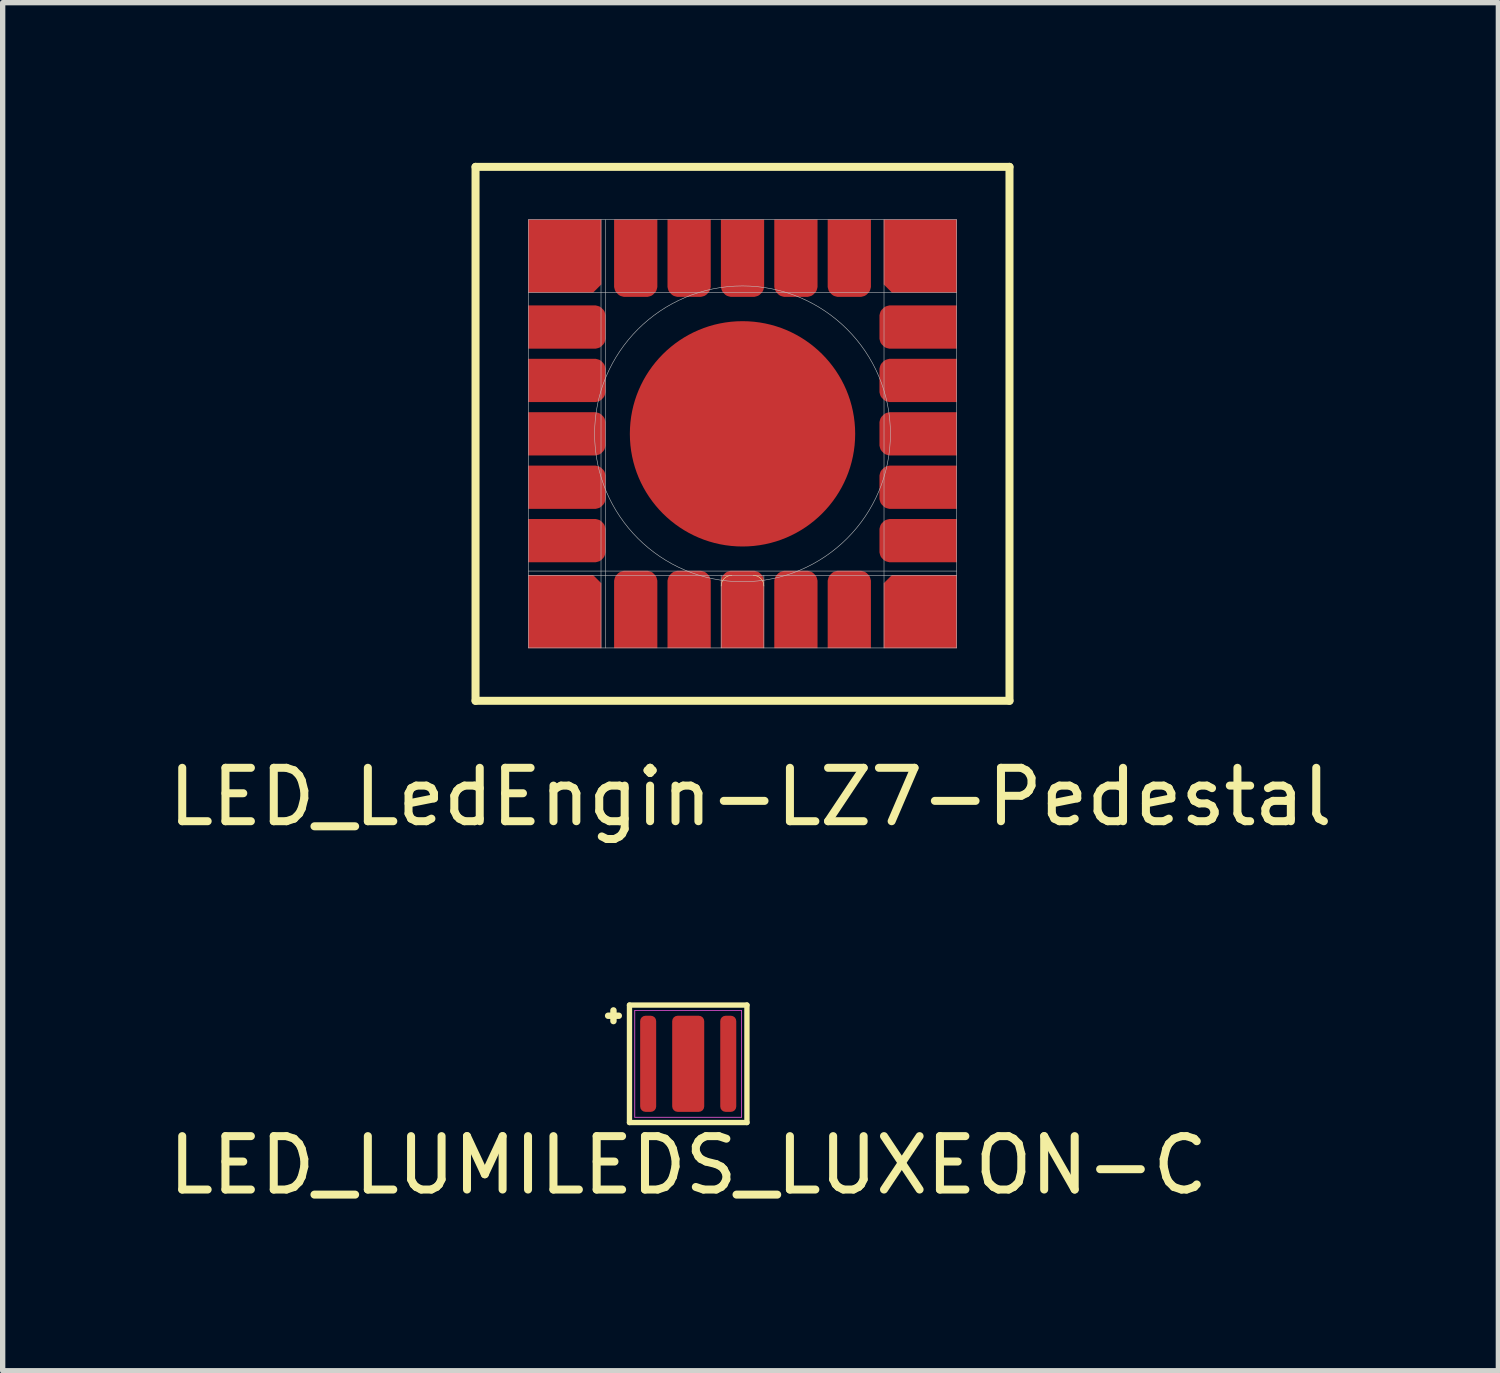
<source format=kicad_pcb>
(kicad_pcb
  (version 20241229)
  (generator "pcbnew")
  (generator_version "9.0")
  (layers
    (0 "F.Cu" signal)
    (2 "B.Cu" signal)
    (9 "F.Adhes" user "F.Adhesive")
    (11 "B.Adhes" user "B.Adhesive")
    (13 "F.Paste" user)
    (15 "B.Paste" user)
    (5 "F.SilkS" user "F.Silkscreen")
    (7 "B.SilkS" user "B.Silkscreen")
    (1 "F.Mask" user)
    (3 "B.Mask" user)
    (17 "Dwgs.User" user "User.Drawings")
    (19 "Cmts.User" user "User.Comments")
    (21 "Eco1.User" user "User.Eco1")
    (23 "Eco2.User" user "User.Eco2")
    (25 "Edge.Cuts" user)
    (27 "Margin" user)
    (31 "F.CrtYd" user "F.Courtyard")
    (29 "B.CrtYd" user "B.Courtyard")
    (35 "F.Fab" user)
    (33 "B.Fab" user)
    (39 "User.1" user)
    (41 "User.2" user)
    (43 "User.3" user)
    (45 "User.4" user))
  (footprint "LED_LUMILEDS_LUXEON-C"
    (layer "F.Cu")
    (at 9.839 16.873)
    (property "Reference" "LED_LUMILEDS_LUXEON-C" (at 0 1.9 0) (layer "F.SilkS") (effects (font (size 1 1) (thickness 0.15))))
    (attr through_hole)
    (fp_line (start -1.5 -0.9) (end -1.3 -0.9) (stroke (width 0.12) (type solid)) (layer "F.SilkS"))
    (fp_line (start -1.4 -1) (end -1.4 -0.8) (stroke (width 0.12) (type solid)) (layer "F.SilkS"))
    (fp_line (start -1.1 -1.1) (end 1.1 -1.1) (stroke (width 0.1) (type solid)) (layer "F.SilkS"))
    (fp_line (start -1.1 1.1) (end -1.1 -1.1) (stroke (width 0.1) (type solid)) (layer "F.SilkS"))
    (fp_line (start 1.1 -1.1) (end 1.1 1.1) (stroke (width 0.1) (type solid)) (layer "F.SilkS"))
    (fp_line (start 1.1 1.1) (end -1.1 1.1) (stroke (width 0.1) (type solid)) (layer "F.SilkS"))
    (fp_line (start -1 -1) (end -1 1) (stroke (width 0.01) (type solid)) (layer "F.CrtYd"))
    (fp_line (start -1 1) (end 1 1) (stroke (width 0.01) (type solid)) (layer "F.CrtYd"))
    (fp_line (start 1 -1) (end -1 -1) (stroke (width 0.01) (type solid)) (layer "F.CrtYd"))
    (fp_line (start 1 1) (end 1 -1) (stroke (width 0.01) (type solid)) (layer "F.CrtYd"))
    (fp_line (start -1 -1) (end -1 1) (stroke (width 0.01) (type solid)) (layer "F.Fab"))
    (fp_line (start -1 1) (end 1 1) (stroke (width 0.01) (type solid)) (layer "F.Fab"))
    (fp_line (start 1 -1) (end -1 -1) (stroke (width 0.01) (type solid)) (layer "F.Fab"))
    (fp_line (start 1 1) (end 1 -1) (stroke (width 0.01) (type solid)) (layer "F.Fab"))
    (pad "" smd roundrect (at -0.75 0) (size 0.25 1.7) (layers "F.Paste") (roundrect_rratio 0.335))
    (pad "" smd roundrect (at 0 0) (size 0.5 1.7) (layers "F.Paste") (roundrect_rratio 0.17))
    (pad "" smd roundrect (at 0.75 0) (size 0.25 1.7) (layers "F.Paste") (roundrect_rratio 0.335))
    (pad "A" smd roundrect (at -0.75 0) (size 0.3 1.8) (layers "F.Cu" "F.Mask") (roundrect_rratio 0.335))
    (pad "K" smd roundrect (at 0.75 0) (size 0.3 1.8) (layers "F.Cu" "F.Mask") (roundrect_rratio 0.335))
    (pad "NC" smd roundrect (at 0 0) (size 0.6 1.8) (layers "F.Cu" "F.Mask") (roundrect_rratio 0.17)))
  (footprint "LED_LedEngin-LZ7-Pedestal"
    (layer "F.Cu")
    (at 10.856 5.075)
    (property "Reference" "LED_LedEngin-LZ7-Pedestal" (at 0.15 6.8 0) (layer "F.SilkS") (effects (font (size 1 1) (thickness 0.15))))
    (attr smd)
    (fp_line (start -5 -5) (end -5 5) (stroke (width 0.15) (type solid)) (layer "F.SilkS"))
    (fp_line (start -5 -5) (end 5 -5) (stroke (width 0.15) (type solid)) (layer "F.SilkS"))
    (fp_line (start -5 5) (end 5 5) (stroke (width 0.15) (type solid)) (layer "F.SilkS"))
    (fp_line (start 5 -5) (end 5 5) (stroke (width 0.15) (type solid)) (layer "F.SilkS"))
    (fp_arc (start -0.4 2.85) (mid -0.341421 2.708579) (end -0.2 2.65) (stroke (width 0.01) (type solid)) (layer "F.SilkS"))
    (fp_arc (start 0.2 2.65) (mid 0.341421 2.708579) (end 0.4 2.85) (stroke (width 0.01) (type solid)) (layer "F.SilkS"))
    (fp_line (start -4.01 -4.01) (end -4.01 4.01) (stroke (width 0.01) (type solid)) (layer "Dwgs.User"))
    (fp_line (start -4.01 -4.01) (end 4.01 -4.01) (stroke (width 0.01) (type solid)) (layer "Dwgs.User"))
    (fp_line (start -4.01 -2.65) (end 4.01 -2.65) (stroke (width 0.01) (type solid)) (layer "Dwgs.User"))
    (fp_line (start -4.01 2.57) (end 4.01 2.57) (stroke (width 0.01) (type solid)) (layer "Dwgs.User"))
    (fp_line (start -4.01 2.65) (end 4.01 2.65) (stroke (width 0.01) (type solid)) (layer "Dwgs.User"))
    (fp_line (start -4.01 4.01) (end 4.01 4.01) (stroke (width 0.01) (type solid)) (layer "Dwgs.User"))
    (fp_line (start -2.65 -4.01) (end -2.65 4.01) (stroke (width 0.01) (type solid)) (layer "Dwgs.User"))
    (fp_line (start -2.57 -4.01) (end -2.57 4.01) (stroke (width 0.01) (type solid)) (layer "Dwgs.User"))
    (fp_line (start -0.4 4.01) (end -0.4 2.65) (stroke (width 0.01) (type solid)) (layer "Dwgs.User"))
    (fp_line (start 0.4 4.01) (end 0.4 2.65) (stroke (width 0.01) (type solid)) (layer "Dwgs.User"))
    (fp_line (start 2.65 -4.01) (end 2.65 4.01) (stroke (width 0.01) (type solid)) (layer "Dwgs.User"))
    (fp_line (start 4.01 -4.01) (end 4.01 4.01) (stroke (width 0.01) (type solid)) (layer "Dwgs.User"))
    (fp_circle (center 0 0) (end 2.77 0) (stroke (width 0.01) (type solid)) (fill no) (layer "Dwgs.User"))
    (pad "1" smd custom (at -3.43 -3.35 270) (size 1 1) (layers "F.Cu" "F.Mask" "F.Paste") (options (anchor rect)) (primitives (gr_poly (pts (xy -0.66 0.58) (xy 0.7 0.58) (xy 0.7 -0.63) (xy 0.55 -0.78) (xy -0.66 -0.78)) (width 0.01) (fill yes))))
    (pad "2" smd custom (at -3.37 -2 270) (size 0.5 0.5) (layers "F.Cu" "F.Mask" "F.Paste") (options (anchor rect)) (primitives (gr_poly (pts (xy -0.4 0.64) (xy 0.4 0.64) (xy 0.4 -0.6) (xy 0.4 -0.61) (xy 0.4 -0.62) (xy 0.39 -0.66) (xy 0.38 -0.69) (xy 0.36 -0.72) (xy 0.32 -0.76) (xy 0.29 -0.78) (xy 0.26 -0.79) (xy 0.22 -0.8) (xy -0.2 -0.8) (xy -0.22 -0.8) (xy -0.26 -0.79) (xy -0.29 -0.78) (xy -0.32 -0.76) (xy -0.36 -0.72) (xy -0.38 -0.69) (xy -0.39 -0.66) (xy -0.4 -0.62) (xy -0.4 -0.6)) (width 0.01) (fill yes))))
    (pad "3" smd custom (at -3.37 -1 270) (size 0.5 0.5) (layers "F.Cu" "F.Mask" "F.Paste") (options (anchor rect)) (primitives (gr_poly (pts (xy -0.4 0.64) (xy 0.4 0.64) (xy 0.4 -0.6) (xy 0.4 -0.61) (xy 0.4 -0.62) (xy 0.39 -0.66) (xy 0.38 -0.69) (xy 0.36 -0.72) (xy 0.32 -0.76) (xy 0.29 -0.78) (xy 0.26 -0.79) (xy 0.22 -0.8) (xy -0.2 -0.8) (xy -0.22 -0.8) (xy -0.26 -0.79) (xy -0.29 -0.78) (xy -0.32 -0.76) (xy -0.36 -0.72) (xy -0.38 -0.69) (xy -0.39 -0.66) (xy -0.4 -0.62) (xy -0.4 -0.6)) (width 0.01) (fill yes))))
    (pad "4" smd custom (at -3.37 0 270) (size 0.5 0.5) (layers "F.Cu" "F.Mask" "F.Paste") (options (anchor rect)) (primitives (gr_poly (pts (xy -0.4 0.64) (xy 0.4 0.64) (xy 0.4 -0.6) (xy 0.4 -0.61) (xy 0.4 -0.62) (xy 0.39 -0.66) (xy 0.38 -0.69) (xy 0.36 -0.72) (xy 0.32 -0.76) (xy 0.29 -0.78) (xy 0.26 -0.79) (xy 0.22 -0.8) (xy -0.2 -0.8) (xy -0.22 -0.8) (xy -0.26 -0.79) (xy -0.29 -0.78) (xy -0.32 -0.76) (xy -0.36 -0.72) (xy -0.38 -0.69) (xy -0.39 -0.66) (xy -0.4 -0.62) (xy -0.4 -0.6)) (width 0.01) (fill yes))))
    (pad "5" smd custom (at -3.37 1 270) (size 0.5 0.5) (layers "F.Cu" "F.Mask" "F.Paste") (options (anchor rect)) (primitives (gr_poly (pts (xy -0.4 0.64) (xy 0.4 0.64) (xy 0.4 -0.6) (xy 0.4 -0.61) (xy 0.4 -0.62) (xy 0.39 -0.66) (xy 0.38 -0.69) (xy 0.36 -0.72) (xy 0.32 -0.76) (xy 0.29 -0.78) (xy 0.26 -0.79) (xy 0.22 -0.8) (xy -0.2 -0.8) (xy -0.22 -0.8) (xy -0.26 -0.79) (xy -0.29 -0.78) (xy -0.32 -0.76) (xy -0.36 -0.72) (xy -0.38 -0.69) (xy -0.39 -0.66) (xy -0.4 -0.62) (xy -0.4 -0.6)) (width 0.01) (fill yes))))
    (pad "6" smd custom (at -3.37 2 270) (size 0.5 0.5) (layers "F.Cu" "F.Mask" "F.Paste") (options (anchor rect)) (primitives (gr_poly (pts (xy -0.4 0.64) (xy 0.4 0.64) (xy 0.4 -0.6) (xy 0.4 -0.61) (xy 0.4 -0.62) (xy 0.39 -0.66) (xy 0.38 -0.69) (xy 0.36 -0.72) (xy 0.32 -0.76) (xy 0.29 -0.78) (xy 0.26 -0.79) (xy 0.22 -0.8) (xy -0.2 -0.8) (xy -0.22 -0.8) (xy -0.26 -0.79) (xy -0.29 -0.78) (xy -0.32 -0.76) (xy -0.36 -0.72) (xy -0.38 -0.69) (xy -0.39 -0.66) (xy -0.4 -0.62) (xy -0.4 -0.6)) (width 0.01) (fill yes))))
    (pad "7" smd custom (at -3.35 3.43) (size 1 1) (layers "F.Cu" "F.Mask" "F.Paste") (options (anchor rect)) (primitives (gr_poly (pts (xy -0.66 0.58) (xy 0.7 0.58) (xy 0.7 -0.63) (xy 0.55 -0.78) (xy -0.66 -0.78)) (width 0.01) (fill yes))))
    (pad "8" smd custom (at -2 3.37) (size 0.5 0.5) (layers "F.Cu" "F.Mask" "F.Paste") (options (anchor rect)) (primitives (gr_poly (pts (xy -0.4 0.64) (xy 0.4 0.64) (xy 0.4 -0.6) (xy 0.4 -0.61) (xy 0.4 -0.62) (xy 0.39 -0.66) (xy 0.38 -0.69) (xy 0.36 -0.72) (xy 0.32 -0.76) (xy 0.29 -0.78) (xy 0.26 -0.79) (xy 0.22 -0.8) (xy -0.2 -0.8) (xy -0.22 -0.8) (xy -0.26 -0.79) (xy -0.29 -0.78) (xy -0.32 -0.76) (xy -0.36 -0.72) (xy -0.38 -0.69) (xy -0.39 -0.66) (xy -0.4 -0.62) (xy -0.4 -0.6)) (width 0.01) (fill yes))))
    (pad "9" smd custom (at -1 3.37) (size 0.5 0.5) (layers "F.Cu" "F.Mask" "F.Paste") (options (anchor rect)) (primitives (gr_poly (pts (xy -0.4 0.64) (xy 0.4 0.64) (xy 0.4 -0.6) (xy 0.4 -0.61) (xy 0.4 -0.62) (xy 0.39 -0.66) (xy 0.38 -0.69) (xy 0.36 -0.72) (xy 0.32 -0.76) (xy 0.29 -0.78) (xy 0.26 -0.79) (xy 0.22 -0.8) (xy -0.2 -0.8) (xy -0.22 -0.8) (xy -0.26 -0.79) (xy -0.29 -0.78) (xy -0.32 -0.76) (xy -0.36 -0.72) (xy -0.38 -0.69) (xy -0.39 -0.66) (xy -0.4 -0.62) (xy -0.4 -0.6)) (width 0.01) (fill yes))))
    (pad "10" smd custom (at 0 3.37) (size 0.5 0.5) (layers "F.Cu" "F.Mask" "F.Paste") (options (anchor rect)) (primitives (gr_poly (pts (xy -0.4 0.64) (xy 0.4 0.64) (xy 0.4 -0.6) (xy 0.4 -0.61) (xy 0.4 -0.62) (xy 0.39 -0.66) (xy 0.38 -0.69) (xy 0.36 -0.72) (xy 0.32 -0.76) (xy 0.29 -0.78) (xy 0.26 -0.79) (xy 0.22 -0.8) (xy -0.2 -0.8) (xy -0.22 -0.8) (xy -0.26 -0.79) (xy -0.29 -0.78) (xy -0.32 -0.76) (xy -0.36 -0.72) (xy -0.38 -0.69) (xy -0.39 -0.66) (xy -0.4 -0.62) (xy -0.4 -0.6)) (width 0.01) (fill yes))))
    (pad "11" smd custom (at 1 3.37) (size 0.5 0.5) (layers "F.Cu" "F.Mask" "F.Paste") (options (anchor rect)) (primitives (gr_poly (pts (xy -0.4 0.64) (xy 0.4 0.64) (xy 0.4 -0.6) (xy 0.4 -0.61) (xy 0.4 -0.62) (xy 0.39 -0.66) (xy 0.38 -0.69) (xy 0.36 -0.72) (xy 0.32 -0.76) (xy 0.29 -0.78) (xy 0.26 -0.79) (xy 0.22 -0.8) (xy -0.2 -0.8) (xy -0.22 -0.8) (xy -0.26 -0.79) (xy -0.29 -0.78) (xy -0.32 -0.76) (xy -0.36 -0.72) (xy -0.38 -0.69) (xy -0.39 -0.66) (xy -0.4 -0.62) (xy -0.4 -0.6)) (width 0.01) (fill yes))))
    (pad "12" smd custom (at 2 3.37) (size 0.5 0.5) (layers "F.Cu" "F.Mask" "F.Paste") (options (anchor rect)) (primitives (gr_poly (pts (xy -0.4 0.64) (xy 0.4 0.64) (xy 0.4 -0.6) (xy 0.4 -0.61) (xy 0.4 -0.62) (xy 0.39 -0.66) (xy 0.38 -0.69) (xy 0.36 -0.72) (xy 0.32 -0.76) (xy 0.29 -0.78) (xy 0.26 -0.79) (xy 0.22 -0.8) (xy -0.2 -0.8) (xy -0.22 -0.8) (xy -0.26 -0.79) (xy -0.29 -0.78) (xy -0.32 -0.76) (xy -0.36 -0.72) (xy -0.38 -0.69) (xy -0.39 -0.66) (xy -0.4 -0.62) (xy -0.4 -0.6)) (width 0.01) (fill yes))))
    (pad "13" smd custom (at 3.43 3.35 90) (size 1 1) (layers "F.Cu" "F.Mask" "F.Paste") (options (anchor rect)) (primitives (gr_poly (pts (xy -0.66 0.58) (xy 0.7 0.58) (xy 0.7 -0.63) (xy 0.55 -0.78) (xy -0.66 -0.78)) (width 0.01) (fill yes))))
    (pad "14" smd custom (at 3.37 2 90) (size 0.5 0.5) (layers "F.Cu" "F.Mask" "F.Paste") (options (anchor rect)) (primitives (gr_poly (pts (xy -0.4 0.64) (xy 0.4 0.64) (xy 0.4 -0.6) (xy 0.4 -0.61) (xy 0.4 -0.62) (xy 0.39 -0.66) (xy 0.38 -0.69) (xy 0.36 -0.72) (xy 0.32 -0.76) (xy 0.29 -0.78) (xy 0.26 -0.79) (xy 0.22 -0.8) (xy -0.2 -0.8) (xy -0.22 -0.8) (xy -0.26 -0.79) (xy -0.29 -0.78) (xy -0.32 -0.76) (xy -0.36 -0.72) (xy -0.38 -0.69) (xy -0.39 -0.66) (xy -0.4 -0.62) (xy -0.4 -0.6)) (width 0.01) (fill yes))))
    (pad "15" smd custom (at 3.37 1 90) (size 0.5 0.5) (layers "F.Cu" "F.Mask" "F.Paste") (options (anchor rect)) (primitives (gr_poly (pts (xy -0.4 0.64) (xy 0.4 0.64) (xy 0.4 -0.6) (xy 0.4 -0.61) (xy 0.4 -0.62) (xy 0.39 -0.66) (xy 0.38 -0.69) (xy 0.36 -0.72) (xy 0.32 -0.76) (xy 0.29 -0.78) (xy 0.26 -0.79) (xy 0.22 -0.8) (xy -0.2 -0.8) (xy -0.22 -0.8) (xy -0.26 -0.79) (xy -0.29 -0.78) (xy -0.32 -0.76) (xy -0.36 -0.72) (xy -0.38 -0.69) (xy -0.39 -0.66) (xy -0.4 -0.62) (xy -0.4 -0.6)) (width 0.01) (fill yes))))
    (pad "16" smd custom (at 3.37 0 90) (size 0.5 0.5) (layers "F.Cu" "F.Mask" "F.Paste") (options (anchor rect)) (primitives (gr_poly (pts (xy -0.4 0.64) (xy 0.4 0.64) (xy 0.4 -0.6) (xy 0.4 -0.61) (xy 0.4 -0.62) (xy 0.39 -0.66) (xy 0.38 -0.69) (xy 0.36 -0.72) (xy 0.32 -0.76) (xy 0.29 -0.78) (xy 0.26 -0.79) (xy 0.22 -0.8) (xy -0.2 -0.8) (xy -0.22 -0.8) (xy -0.26 -0.79) (xy -0.29 -0.78) (xy -0.32 -0.76) (xy -0.36 -0.72) (xy -0.38 -0.69) (xy -0.39 -0.66) (xy -0.4 -0.62) (xy -0.4 -0.6)) (width 0.01) (fill yes))))
    (pad "17" smd custom (at 3.37 -1 90) (size 0.5 0.5) (layers "F.Cu" "F.Mask" "F.Paste") (options (anchor rect)) (primitives (gr_poly (pts (xy -0.4 0.64) (xy 0.4 0.64) (xy 0.4 -0.6) (xy 0.4 -0.61) (xy 0.4 -0.62) (xy 0.39 -0.66) (xy 0.38 -0.69) (xy 0.36 -0.72) (xy 0.32 -0.76) (xy 0.29 -0.78) (xy 0.26 -0.79) (xy 0.22 -0.8) (xy -0.2 -0.8) (xy -0.22 -0.8) (xy -0.26 -0.79) (xy -0.29 -0.78) (xy -0.32 -0.76) (xy -0.36 -0.72) (xy -0.38 -0.69) (xy -0.39 -0.66) (xy -0.4 -0.62) (xy -0.4 -0.6)) (width 0.01) (fill yes))))
    (pad "18" smd custom (at 3.37 -2 90) (size 0.5 0.5) (layers "F.Cu" "F.Mask" "F.Paste") (options (anchor rect)) (primitives (gr_poly (pts (xy -0.4 0.64) (xy 0.4 0.64) (xy 0.4 -0.6) (xy 0.4 -0.61) (xy 0.4 -0.62) (xy 0.39 -0.66) (xy 0.38 -0.69) (xy 0.36 -0.72) (xy 0.32 -0.76) (xy 0.29 -0.78) (xy 0.26 -0.79) (xy 0.22 -0.8) (xy -0.2 -0.8) (xy -0.22 -0.8) (xy -0.26 -0.79) (xy -0.29 -0.78) (xy -0.32 -0.76) (xy -0.36 -0.72) (xy -0.38 -0.69) (xy -0.39 -0.66) (xy -0.4 -0.62) (xy -0.4 -0.6)) (width 0.01) (fill yes))))
    (pad "19" smd custom (at 3.35 -3.43 180) (size 1 1) (layers "F.Cu" "F.Mask" "F.Paste") (options (anchor rect)) (primitives (gr_poly (pts (xy -0.66 0.58) (xy 0.7 0.58) (xy 0.7 -0.63) (xy 0.55 -0.78) (xy -0.66 -0.78)) (width 0.01) (fill yes))))
    (pad "20" smd custom (at 2 -3.37 180) (size 0.5 0.5) (layers "F.Cu" "F.Mask" "F.Paste") (options (anchor rect)) (primitives (gr_poly (pts (xy -0.4 0.64) (xy 0.4 0.64) (xy 0.4 -0.6) (xy 0.4 -0.61) (xy 0.4 -0.62) (xy 0.39 -0.66) (xy 0.38 -0.69) (xy 0.36 -0.72) (xy 0.32 -0.76) (xy 0.29 -0.78) (xy 0.26 -0.79) (xy 0.22 -0.8) (xy -0.2 -0.8) (xy -0.22 -0.8) (xy -0.26 -0.79) (xy -0.29 -0.78) (xy -0.32 -0.76) (xy -0.36 -0.72) (xy -0.38 -0.69) (xy -0.39 -0.66) (xy -0.4 -0.62) (xy -0.4 -0.6)) (width 0.01) (fill yes))))
    (pad "21" smd custom (at 1 -3.37 180) (size 0.5 0.5) (layers "F.Cu" "F.Mask" "F.Paste") (options (anchor rect)) (primitives (gr_poly (pts (xy -0.4 0.64) (xy 0.4 0.64) (xy 0.4 -0.6) (xy 0.4 -0.61) (xy 0.4 -0.62) (xy 0.39 -0.66) (xy 0.38 -0.69) (xy 0.36 -0.72) (xy 0.32 -0.76) (xy 0.29 -0.78) (xy 0.26 -0.79) (xy 0.22 -0.8) (xy -0.2 -0.8) (xy -0.22 -0.8) (xy -0.26 -0.79) (xy -0.29 -0.78) (xy -0.32 -0.76) (xy -0.36 -0.72) (xy -0.38 -0.69) (xy -0.39 -0.66) (xy -0.4 -0.62) (xy -0.4 -0.6)) (width 0.01) (fill yes))))
    (pad "22" smd custom (at 0 -3.37 180) (size 0.5 0.5) (layers "F.Cu" "F.Mask" "F.Paste") (options (anchor rect)) (primitives (gr_poly (pts (xy -0.4 0.64) (xy 0.4 0.64) (xy 0.4 -0.6) (xy 0.4 -0.61) (xy 0.4 -0.62) (xy 0.39 -0.66) (xy 0.38 -0.69) (xy 0.36 -0.72) (xy 0.32 -0.76) (xy 0.29 -0.78) (xy 0.26 -0.79) (xy 0.22 -0.8) (xy -0.2 -0.8) (xy -0.22 -0.8) (xy -0.26 -0.79) (xy -0.29 -0.78) (xy -0.32 -0.76) (xy -0.36 -0.72) (xy -0.38 -0.69) (xy -0.39 -0.66) (xy -0.4 -0.62) (xy -0.4 -0.6)) (width 0.01) (fill yes))))
    (pad "23" smd custom (at -1 -3.37 180) (size 0.5 0.5) (layers "F.Cu" "F.Mask" "F.Paste") (options (anchor rect)) (primitives (gr_poly (pts (xy -0.4 0.64) (xy 0.4 0.64) (xy 0.4 -0.6) (xy 0.4 -0.61) (xy 0.4 -0.62) (xy 0.39 -0.66) (xy 0.38 -0.69) (xy 0.36 -0.72) (xy 0.32 -0.76) (xy 0.29 -0.78) (xy 0.26 -0.79) (xy 0.22 -0.8) (xy -0.2 -0.8) (xy -0.22 -0.8) (xy -0.26 -0.79) (xy -0.29 -0.78) (xy -0.32 -0.76) (xy -0.36 -0.72) (xy -0.38 -0.69) (xy -0.39 -0.66) (xy -0.4 -0.62) (xy -0.4 -0.6)) (width 0.01) (fill yes))))
    (pad "24" smd custom (at -2 -3.37 180) (size 0.5 0.5) (layers "F.Cu" "F.Mask" "F.Paste") (options (anchor rect)) (primitives (gr_poly (pts (xy -0.4 0.64) (xy 0.4 0.64) (xy 0.4 -0.6) (xy 0.4 -0.61) (xy 0.4 -0.62) (xy 0.39 -0.66) (xy 0.38 -0.69) (xy 0.36 -0.72) (xy 0.32 -0.76) (xy 0.29 -0.78) (xy 0.26 -0.79) (xy 0.22 -0.8) (xy -0.2 -0.8) (xy -0.22 -0.8) (xy -0.26 -0.79) (xy -0.29 -0.78) (xy -0.32 -0.76) (xy -0.36 -0.72) (xy -0.38 -0.69) (xy -0.39 -0.66) (xy -0.4 -0.62) (xy -0.4 -0.6)) (width 0.01) (fill yes))))
    (pad "TH" smd circle (at 0 0) (size 4.22 4.22) (layers "F.Cu" "F.Mask" "F.Paste")))
  (gr_rect
    (start -3 -3)
    (end 25.012 22.622)
    (stroke (width 0.1) (type default))
    (fill no)
    (layer "Edge.Cuts")))
</source>
